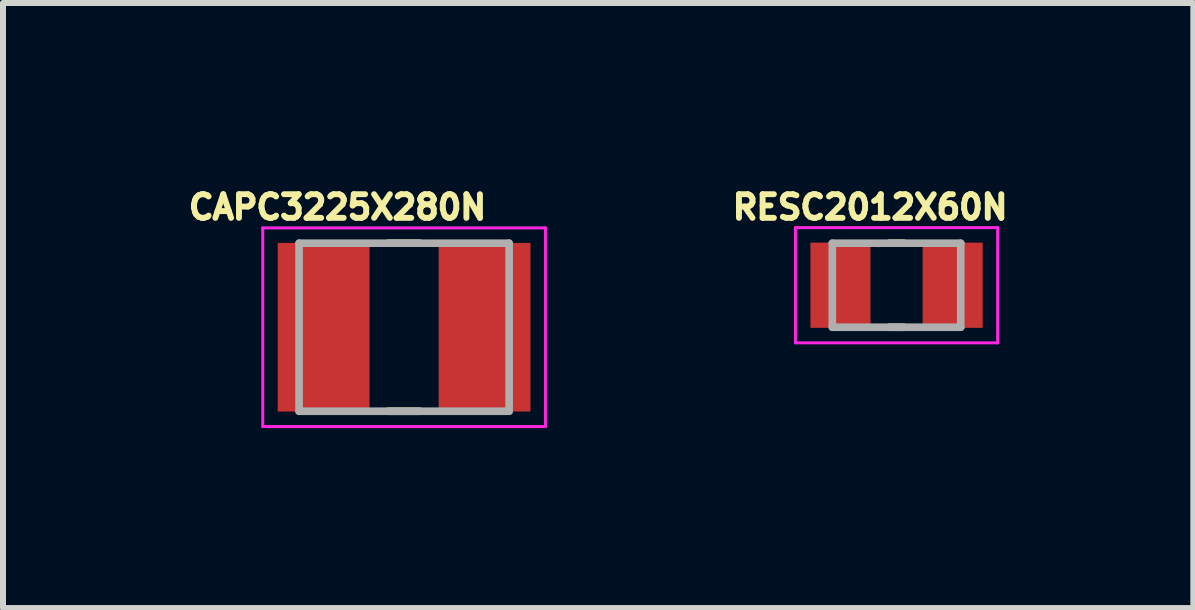
<source format=kicad_pcb>
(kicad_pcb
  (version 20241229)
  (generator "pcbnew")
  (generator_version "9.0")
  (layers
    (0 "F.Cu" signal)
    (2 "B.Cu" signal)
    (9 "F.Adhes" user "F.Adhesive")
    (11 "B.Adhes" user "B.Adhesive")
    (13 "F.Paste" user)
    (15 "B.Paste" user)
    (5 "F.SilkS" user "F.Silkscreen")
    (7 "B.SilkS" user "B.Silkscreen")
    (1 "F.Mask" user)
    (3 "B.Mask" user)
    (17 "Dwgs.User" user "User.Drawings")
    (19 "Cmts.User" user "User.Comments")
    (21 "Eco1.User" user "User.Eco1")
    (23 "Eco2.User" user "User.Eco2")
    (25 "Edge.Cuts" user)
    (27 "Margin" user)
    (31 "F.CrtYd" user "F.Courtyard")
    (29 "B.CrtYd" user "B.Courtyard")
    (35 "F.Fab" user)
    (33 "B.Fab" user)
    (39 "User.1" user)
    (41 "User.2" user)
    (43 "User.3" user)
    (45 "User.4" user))
  (footprint "CAPC3225X280N"
    (layer "F.Cu")
    (at 3.684 2.403)
    (property "Reference" "CAPC3225X280N" (at -1.11 -2 0) (layer "F.SilkS") (effects (font (size 0.394 0.394) (thickness 0.15))))
    (attr smd)
    (fp_line (start -0.26 -1.4) (end 0.26 -1.4) (stroke (width 0.127) (type solid)) (layer "F.SilkS"))
    (fp_line (start -0.26 1.4) (end 0.26 1.4) (stroke (width 0.127) (type solid)) (layer "F.SilkS"))
    (fp_line (start -2.355 -1.655) (end 2.355 -1.655) (stroke (width 0.05) (type solid)) (layer "F.CrtYd"))
    (fp_line (start -2.355 1.655) (end -2.355 -1.655) (stroke (width 0.05) (type solid)) (layer "F.CrtYd"))
    (fp_line (start -2.355 1.655) (end 2.355 1.655) (stroke (width 0.05) (type solid)) (layer "F.CrtYd"))
    (fp_line (start 2.355 1.655) (end 2.355 -1.655) (stroke (width 0.05) (type solid)) (layer "F.CrtYd"))
    (fp_line (start -1.75 1.4) (end -1.75 -1.4) (stroke (width 0.127) (type solid)) (layer "F.Fab"))
    (fp_line (start 1.75 -1.4) (end -1.75 -1.4) (stroke (width 0.127) (type solid)) (layer "F.Fab"))
    (fp_line (start 1.75 1.4) (end -1.75 1.4) (stroke (width 0.127) (type solid)) (layer "F.Fab"))
    (fp_line (start 1.75 1.4) (end 1.75 -1.4) (stroke (width 0.127) (type solid)) (layer "F.Fab"))
    (pad "1" smd rect (at -1.341 0) (size 1.53 2.81) (layers "F.Cu" "F.Mask" "F.Paste"))
    (pad "2" smd rect (at 1.341 0) (size 1.53 2.81) (layers "F.Cu" "F.Mask" "F.Paste")))
  (footprint "RESC2012X60N"
    (layer "F.Cu")
    (at 11.89 1.703)
    (property "Reference" "RESC2012X60N" (at -0.44 -1.3 0) (layer "F.SilkS") (effects (font (size 0.394 0.394) (thickness 0.15))))
    (attr smd)
    (fp_line (start -0.12 -0.7) (end 0.12 -0.7) (stroke (width 0.127) (type solid)) (layer "F.SilkS"))
    (fp_line (start -0.12 0.7) (end 0.12 0.7) (stroke (width 0.127) (type solid)) (layer "F.SilkS"))
    (fp_line (start -1.685 -0.96) (end 1.685 -0.96) (stroke (width 0.05) (type solid)) (layer "F.CrtYd"))
    (fp_line (start -1.685 0.96) (end -1.685 -0.96) (stroke (width 0.05) (type solid)) (layer "F.CrtYd"))
    (fp_line (start -1.685 0.96) (end 1.685 0.96) (stroke (width 0.05) (type solid)) (layer "F.CrtYd"))
    (fp_line (start 1.685 0.96) (end 1.685 -0.96) (stroke (width 0.05) (type solid)) (layer "F.CrtYd"))
    (fp_line (start -1.07 0.7) (end -1.07 -0.7) (stroke (width 0.127) (type solid)) (layer "F.Fab"))
    (fp_line (start 1.07 -0.7) (end -1.07 -0.7) (stroke (width 0.127) (type solid)) (layer "F.Fab"))
    (fp_line (start 1.07 0.7) (end -1.07 0.7) (stroke (width 0.127) (type solid)) (layer "F.Fab"))
    (fp_line (start 1.07 0.7) (end 1.07 -0.7) (stroke (width 0.127) (type solid)) (layer "F.Fab"))
    (pad "1" smd rect (at -0.935 0) (size 1 1.42) (layers "F.Cu" "F.Mask" "F.Paste"))
    (pad "2" smd rect (at 0.935 0) (size 1 1.42) (layers "F.Cu" "F.Mask" "F.Paste")))
  (gr_rect
    (start -3 -3)
    (end 16.836 7.083)
    (stroke (width 0.1) (type default))
    (fill no)
    (layer "Edge.Cuts")))
</source>
